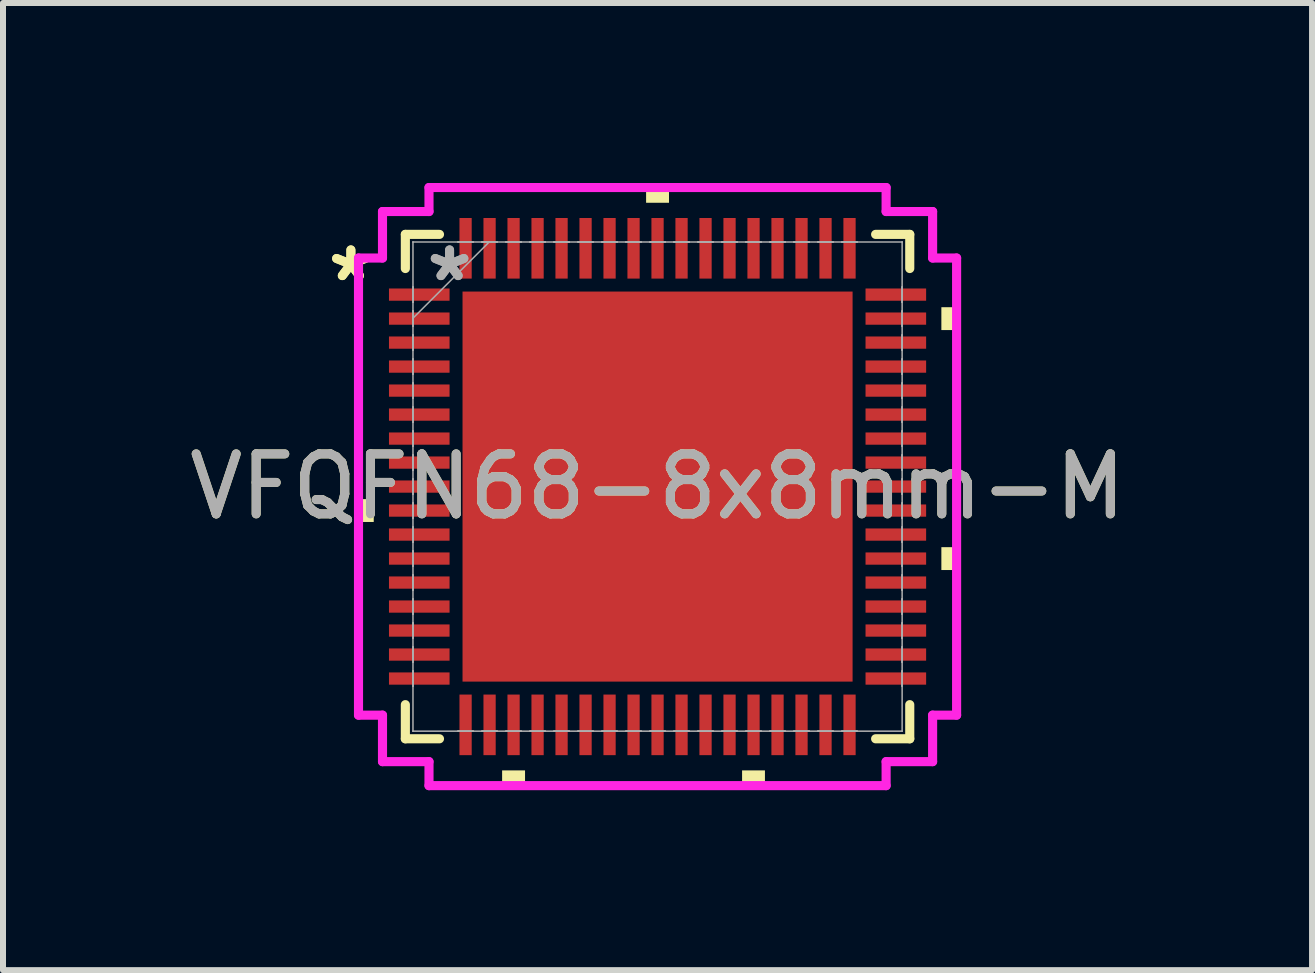
<source format=kicad_pcb>
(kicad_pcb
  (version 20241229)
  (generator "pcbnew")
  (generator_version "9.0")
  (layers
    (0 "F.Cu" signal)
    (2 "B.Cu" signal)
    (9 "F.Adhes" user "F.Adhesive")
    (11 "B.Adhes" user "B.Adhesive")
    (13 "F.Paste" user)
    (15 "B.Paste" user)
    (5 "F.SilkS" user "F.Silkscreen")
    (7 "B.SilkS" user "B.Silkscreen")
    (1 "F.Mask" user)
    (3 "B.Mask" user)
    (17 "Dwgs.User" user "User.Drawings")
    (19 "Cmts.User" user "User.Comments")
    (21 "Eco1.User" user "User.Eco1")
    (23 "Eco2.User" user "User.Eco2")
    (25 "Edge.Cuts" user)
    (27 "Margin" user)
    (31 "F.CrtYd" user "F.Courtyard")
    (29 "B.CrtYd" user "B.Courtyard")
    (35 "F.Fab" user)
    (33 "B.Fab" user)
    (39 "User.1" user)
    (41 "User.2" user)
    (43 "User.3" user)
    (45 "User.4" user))
  (footprint "VFQFN68-8x8mm-M"
    (layer "F.Cu")
    (at 7.911 5.061)
    (property "Reference" "VFQFN68-8x8mm-M" (at 0 0 0) (unlocked yes) (layer "F.SilkS") (effects (font (size 1 1) (thickness 0.15))))
    (attr smd)
    (fp_line (start -4.204 -4.204) (end -4.204 -3.635) (stroke (width 0.152) (type solid)) (layer "F.SilkS"))
    (fp_line (start -4.204 3.635) (end -4.204 4.204) (stroke (width 0.152) (type solid)) (layer "F.SilkS"))
    (fp_line (start -4.204 4.204) (end -3.635 4.204) (stroke (width 0.152) (type solid)) (layer "F.SilkS"))
    (fp_line (start -3.635 -4.204) (end -4.204 -4.204) (stroke (width 0.152) (type solid)) (layer "F.SilkS"))
    (fp_line (start 3.635 4.204) (end 4.204 4.204) (stroke (width 0.152) (type solid)) (layer "F.SilkS"))
    (fp_line (start 4.204 -4.204) (end 3.635 -4.204) (stroke (width 0.152) (type solid)) (layer "F.SilkS"))
    (fp_line (start 4.204 -3.635) (end 4.204 -4.204) (stroke (width 0.152) (type solid)) (layer "F.SilkS"))
    (fp_line (start 4.204 4.204) (end 4.204 3.635) (stroke (width 0.152) (type solid)) (layer "F.SilkS"))
    (fp_poly (pts (xy -4.985 0.209) (xy -4.985 0.59) (xy -4.731 0.59) (xy -4.731 0.209)) (stroke (width 0) (type solid)) (fill yes) (layer "F.SilkS"))
    (fp_poly (pts (xy -2.591 4.731) (xy -2.591 4.985) (xy -2.209 4.985) (xy -2.209 4.731)) (stroke (width 0) (type solid)) (fill yes) (layer "F.SilkS"))
    (fp_poly (pts (xy -0.191 -4.731) (xy -0.191 -4.985) (xy 0.191 -4.985) (xy 0.191 -4.731)) (stroke (width 0) (type solid)) (fill yes) (layer "F.SilkS"))
    (fp_poly (pts (xy 1.409 4.731) (xy 1.409 4.985) (xy 1.79 4.985) (xy 1.79 4.731)) (stroke (width 0) (type solid)) (fill yes) (layer "F.SilkS"))
    (fp_poly (pts (xy 4.985 -2.99) (xy 4.985 -2.609) (xy 4.731 -2.609) (xy 4.731 -2.99)) (stroke (width 0) (type solid)) (fill yes) (layer "F.SilkS"))
    (fp_poly (pts (xy 4.985 1.01) (xy 4.985 1.391) (xy 4.731 1.391) (xy 4.731 1.01)) (stroke (width 0) (type solid)) (fill yes) (layer "F.SilkS"))
    (fp_poly (pts (xy -3.151 -3.151) (xy -3.151 -2.051) (xy -2.051 -2.051) (xy -2.051 -3.151)) (stroke (width 0) (type solid)) (fill yes) (layer "F.Paste"))
    (fp_poly (pts (xy -3.151 -1.851) (xy -3.151 -0.75) (xy -2.051 -0.75) (xy -2.051 -1.851)) (stroke (width 0) (type solid)) (fill yes) (layer "F.Paste"))
    (fp_poly (pts (xy -3.151 -0.55) (xy -3.151 0.55) (xy -2.051 0.55) (xy -2.051 -0.55)) (stroke (width 0) (type solid)) (fill yes) (layer "F.Paste"))
    (fp_poly (pts (xy -3.151 0.75) (xy -3.151 1.851) (xy -2.051 1.851) (xy -2.051 0.75)) (stroke (width 0) (type solid)) (fill yes) (layer "F.Paste"))
    (fp_poly (pts (xy -3.151 2.051) (xy -3.151 3.151) (xy -2.051 3.151) (xy -2.051 2.051)) (stroke (width 0) (type solid)) (fill yes) (layer "F.Paste"))
    (fp_poly (pts (xy -1.851 -3.151) (xy -1.851 -2.051) (xy -0.75 -2.051) (xy -0.75 -3.151)) (stroke (width 0) (type solid)) (fill yes) (layer "F.Paste"))
    (fp_poly (pts (xy -1.851 -1.851) (xy -1.851 -0.75) (xy -0.75 -0.75) (xy -0.75 -1.851)) (stroke (width 0) (type solid)) (fill yes) (layer "F.Paste"))
    (fp_poly (pts (xy -1.851 -0.55) (xy -1.851 0.55) (xy -0.75 0.55) (xy -0.75 -0.55)) (stroke (width 0) (type solid)) (fill yes) (layer "F.Paste"))
    (fp_poly (pts (xy -1.851 0.75) (xy -1.851 1.851) (xy -0.75 1.851) (xy -0.75 0.75)) (stroke (width 0) (type solid)) (fill yes) (layer "F.Paste"))
    (fp_poly (pts (xy -1.851 2.051) (xy -1.851 3.151) (xy -0.75 3.151) (xy -0.75 2.051)) (stroke (width 0) (type solid)) (fill yes) (layer "F.Paste"))
    (fp_poly (pts (xy -0.55 -3.151) (xy -0.55 -2.051) (xy 0.55 -2.051) (xy 0.55 -3.151)) (stroke (width 0) (type solid)) (fill yes) (layer "F.Paste"))
    (fp_poly (pts (xy -0.55 -1.851) (xy -0.55 -0.75) (xy 0.55 -0.75) (xy 0.55 -1.851)) (stroke (width 0) (type solid)) (fill yes) (layer "F.Paste"))
    (fp_poly (pts (xy -0.55 -0.55) (xy -0.55 0.55) (xy 0.55 0.55) (xy 0.55 -0.55)) (stroke (width 0) (type solid)) (fill yes) (layer "F.Paste"))
    (fp_poly (pts (xy -0.55 0.75) (xy -0.55 1.851) (xy 0.55 1.851) (xy 0.55 0.75)) (stroke (width 0) (type solid)) (fill yes) (layer "F.Paste"))
    (fp_poly (pts (xy -0.55 2.051) (xy -0.55 3.151) (xy 0.55 3.151) (xy 0.55 2.051)) (stroke (width 0) (type solid)) (fill yes) (layer "F.Paste"))
    (fp_poly (pts (xy 0.75 -3.151) (xy 0.75 -2.051) (xy 1.851 -2.051) (xy 1.851 -3.151)) (stroke (width 0) (type solid)) (fill yes) (layer "F.Paste"))
    (fp_poly (pts (xy 0.75 -1.851) (xy 0.75 -0.75) (xy 1.851 -0.75) (xy 1.851 -1.851)) (stroke (width 0) (type solid)) (fill yes) (layer "F.Paste"))
    (fp_poly (pts (xy 0.75 -0.55) (xy 0.75 0.55) (xy 1.851 0.55) (xy 1.851 -0.55)) (stroke (width 0) (type solid)) (fill yes) (layer "F.Paste"))
    (fp_poly (pts (xy 0.75 0.75) (xy 0.75 1.851) (xy 1.851 1.851) (xy 1.851 0.75)) (stroke (width 0) (type solid)) (fill yes) (layer "F.Paste"))
    (fp_poly (pts (xy 0.75 2.051) (xy 0.75 3.151) (xy 1.851 3.151) (xy 1.851 2.051)) (stroke (width 0) (type solid)) (fill yes) (layer "F.Paste"))
    (fp_poly (pts (xy 2.051 -3.151) (xy 2.051 -2.051) (xy 3.151 -2.051) (xy 3.151 -3.151)) (stroke (width 0) (type solid)) (fill yes) (layer "F.Paste"))
    (fp_poly (pts (xy 2.051 -1.851) (xy 2.051 -0.75) (xy 3.151 -0.75) (xy 3.151 -1.851)) (stroke (width 0) (type solid)) (fill yes) (layer "F.Paste"))
    (fp_poly (pts (xy 2.051 -0.55) (xy 2.051 0.55) (xy 3.151 0.55) (xy 3.151 -0.55)) (stroke (width 0) (type solid)) (fill yes) (layer "F.Paste"))
    (fp_poly (pts (xy 2.051 0.75) (xy 2.051 1.851) (xy 3.151 1.851) (xy 3.151 0.75)) (stroke (width 0) (type solid)) (fill yes) (layer "F.Paste"))
    (fp_poly (pts (xy 2.051 2.051) (xy 2.051 3.151) (xy 3.151 3.151) (xy 3.151 2.051)) (stroke (width 0) (type solid)) (fill yes) (layer "F.Paste"))
    (fp_line (start -4.985 -3.81) (end -4.585 -3.81) (stroke (width 0.152) (type solid)) (layer "F.CrtYd"))
    (fp_line (start -4.985 3.81) (end -4.985 -3.81) (stroke (width 0.152) (type solid)) (layer "F.CrtYd"))
    (fp_line (start -4.585 -4.585) (end -3.81 -4.585) (stroke (width 0.152) (type solid)) (layer "F.CrtYd"))
    (fp_line (start -4.585 -3.81) (end -4.585 -4.585) (stroke (width 0.152) (type solid)) (layer "F.CrtYd"))
    (fp_line (start -4.585 3.81) (end -4.985 3.81) (stroke (width 0.152) (type solid)) (layer "F.CrtYd"))
    (fp_line (start -4.585 4.585) (end -4.585 3.81) (stroke (width 0.152) (type solid)) (layer "F.CrtYd"))
    (fp_line (start -3.81 -4.985) (end 3.81 -4.985) (stroke (width 0.152) (type solid)) (layer "F.CrtYd"))
    (fp_line (start -3.81 -4.585) (end -3.81 -4.985) (stroke (width 0.152) (type solid)) (layer "F.CrtYd"))
    (fp_line (start -3.81 4.585) (end -4.585 4.585) (stroke (width 0.152) (type solid)) (layer "F.CrtYd"))
    (fp_line (start -3.81 4.985) (end -3.81 4.585) (stroke (width 0.152) (type solid)) (layer "F.CrtYd"))
    (fp_line (start 3.81 -4.985) (end 3.81 -4.585) (stroke (width 0.152) (type solid)) (layer "F.CrtYd"))
    (fp_line (start 3.81 -4.585) (end 4.585 -4.585) (stroke (width 0.152) (type solid)) (layer "F.CrtYd"))
    (fp_line (start 3.81 4.585) (end 3.81 4.985) (stroke (width 0.152) (type solid)) (layer "F.CrtYd"))
    (fp_line (start 3.81 4.985) (end -3.81 4.985) (stroke (width 0.152) (type solid)) (layer "F.CrtYd"))
    (fp_line (start 4.585 -4.585) (end 4.585 -3.81) (stroke (width 0.152) (type solid)) (layer "F.CrtYd"))
    (fp_line (start 4.585 -3.81) (end 4.985 -3.81) (stroke (width 0.152) (type solid)) (layer "F.CrtYd"))
    (fp_line (start 4.585 3.81) (end 4.585 4.585) (stroke (width 0.152) (type solid)) (layer "F.CrtYd"))
    (fp_line (start 4.585 4.585) (end 3.81 4.585) (stroke (width 0.152) (type solid)) (layer "F.CrtYd"))
    (fp_line (start 4.985 -3.81) (end 4.985 3.81) (stroke (width 0.152) (type solid)) (layer "F.CrtYd"))
    (fp_line (start 4.985 3.81) (end 4.585 3.81) (stroke (width 0.152) (type solid)) (layer "F.CrtYd"))
    (fp_line (start -4.077 -4.077) (end -4.077 -4.077) (stroke (width 0.025) (type solid)) (layer "F.Fab"))
    (fp_line (start -4.077 -4.077) (end -4.077 4.077) (stroke (width 0.025) (type solid)) (layer "F.Fab"))
    (fp_line (start -4.077 -3.327) (end -4.077 -3.327) (stroke (width 0.025) (type solid)) (layer "F.Fab"))
    (fp_line (start -4.077 -3.327) (end -4.077 -3.073) (stroke (width 0.025) (type solid)) (layer "F.Fab"))
    (fp_line (start -4.077 -3.073) (end -4.077 -3.327) (stroke (width 0.025) (type solid)) (layer "F.Fab"))
    (fp_line (start -4.077 -3.073) (end -4.077 -3.073) (stroke (width 0.025) (type solid)) (layer "F.Fab"))
    (fp_line (start -4.077 -2.927) (end -4.077 -2.927) (stroke (width 0.025) (type solid)) (layer "F.Fab"))
    (fp_line (start -4.077 -2.927) (end -4.077 -2.673) (stroke (width 0.025) (type solid)) (layer "F.Fab"))
    (fp_line (start -4.077 -2.807) (end -2.807 -4.077) (stroke (width 0.025) (type solid)) (layer "F.Fab"))
    (fp_line (start -4.077 -2.673) (end -4.077 -2.927) (stroke (width 0.025) (type solid)) (layer "F.Fab"))
    (fp_line (start -4.077 -2.673) (end -4.077 -2.673) (stroke (width 0.025) (type solid)) (layer "F.Fab"))
    (fp_line (start -4.077 -2.527) (end -4.077 -2.527) (stroke (width 0.025) (type solid)) (layer "F.Fab"))
    (fp_line (start -4.077 -2.527) (end -4.077 -2.273) (stroke (width 0.025) (type solid)) (layer "F.Fab"))
    (fp_line (start -4.077 -2.273) (end -4.077 -2.527) (stroke (width 0.025) (type solid)) (layer "F.Fab"))
    (fp_line (start -4.077 -2.273) (end -4.077 -2.273) (stroke (width 0.025) (type solid)) (layer "F.Fab"))
    (fp_line (start -4.077 -2.127) (end -4.077 -2.127) (stroke (width 0.025) (type solid)) (layer "F.Fab"))
    (fp_line (start -4.077 -2.127) (end -4.077 -1.873) (stroke (width 0.025) (type solid)) (layer "F.Fab"))
    (fp_line (start -4.077 -1.873) (end -4.077 -2.127) (stroke (width 0.025) (type solid)) (layer "F.Fab"))
    (fp_line (start -4.077 -1.873) (end -4.077 -1.873) (stroke (width 0.025) (type solid)) (layer "F.Fab"))
    (fp_line (start -4.077 -1.727) (end -4.077 -1.727) (stroke (width 0.025) (type solid)) (layer "F.Fab"))
    (fp_line (start -4.077 -1.727) (end -4.077 -1.473) (stroke (width 0.025) (type solid)) (layer "F.Fab"))
    (fp_line (start -4.077 -1.473) (end -4.077 -1.727) (stroke (width 0.025) (type solid)) (layer "F.Fab"))
    (fp_line (start -4.077 -1.473) (end -4.077 -1.473) (stroke (width 0.025) (type solid)) (layer "F.Fab"))
    (fp_line (start -4.077 -1.327) (end -4.077 -1.327) (stroke (width 0.025) (type solid)) (layer "F.Fab"))
    (fp_line (start -4.077 -1.327) (end -4.077 -1.073) (stroke (width 0.025) (type solid)) (layer "F.Fab"))
    (fp_line (start -4.077 -1.073) (end -4.077 -1.327) (stroke (width 0.025) (type solid)) (layer "F.Fab"))
    (fp_line (start -4.077 -1.073) (end -4.077 -1.073) (stroke (width 0.025) (type solid)) (layer "F.Fab"))
    (fp_line (start -4.077 -0.927) (end -4.077 -0.927) (stroke (width 0.025) (type solid)) (layer "F.Fab"))
    (fp_line (start -4.077 -0.927) (end -4.077 -0.673) (stroke (width 0.025) (type solid)) (layer "F.Fab"))
    (fp_line (start -4.077 -0.673) (end -4.077 -0.927) (stroke (width 0.025) (type solid)) (layer "F.Fab"))
    (fp_line (start -4.077 -0.673) (end -4.077 -0.673) (stroke (width 0.025) (type solid)) (layer "F.Fab"))
    (fp_line (start -4.077 -0.527) (end -4.077 -0.527) (stroke (width 0.025) (type solid)) (layer "F.Fab"))
    (fp_line (start -4.077 -0.527) (end -4.077 -0.273) (stroke (width 0.025) (type solid)) (layer "F.Fab"))
    (fp_line (start -4.077 -0.273) (end -4.077 -0.527) (stroke (width 0.025) (type solid)) (layer "F.Fab"))
    (fp_line (start -4.077 -0.273) (end -4.077 -0.273) (stroke (width 0.025) (type solid)) (layer "F.Fab"))
    (fp_line (start -4.077 -0.127) (end -4.077 -0.127) (stroke (width 0.025) (type solid)) (layer "F.Fab"))
    (fp_line (start -4.077 -0.127) (end -4.077 0.127) (stroke (width 0.025) (type solid)) (layer "F.Fab"))
    (fp_line (start -4.077 0.127) (end -4.077 -0.127) (stroke (width 0.025) (type solid)) (layer "F.Fab"))
    (fp_line (start -4.077 0.127) (end -4.077 0.127) (stroke (width 0.025) (type solid)) (layer "F.Fab"))
    (fp_line (start -4.077 0.273) (end -4.077 0.273) (stroke (width 0.025) (type solid)) (layer "F.Fab"))
    (fp_line (start -4.077 0.273) (end -4.077 0.527) (stroke (width 0.025) (type solid)) (layer "F.Fab"))
    (fp_line (start -4.077 0.527) (end -4.077 0.273) (stroke (width 0.025) (type solid)) (layer "F.Fab"))
    (fp_line (start -4.077 0.527) (end -4.077 0.527) (stroke (width 0.025) (type solid)) (layer "F.Fab"))
    (fp_line (start -4.077 0.673) (end -4.077 0.673) (stroke (width 0.025) (type solid)) (layer "F.Fab"))
    (fp_line (start -4.077 0.673) (end -4.077 0.927) (stroke (width 0.025) (type solid)) (layer "F.Fab"))
    (fp_line (start -4.077 0.927) (end -4.077 0.673) (stroke (width 0.025) (type solid)) (layer "F.Fab"))
    (fp_line (start -4.077 0.927) (end -4.077 0.927) (stroke (width 0.025) (type solid)) (layer "F.Fab"))
    (fp_line (start -4.077 1.073) (end -4.077 1.073) (stroke (width 0.025) (type solid)) (layer "F.Fab"))
    (fp_line (start -4.077 1.073) (end -4.077 1.327) (stroke (width 0.025) (type solid)) (layer "F.Fab"))
    (fp_line (start -4.077 1.327) (end -4.077 1.073) (stroke (width 0.025) (type solid)) (layer "F.Fab"))
    (fp_line (start -4.077 1.327) (end -4.077 1.327) (stroke (width 0.025) (type solid)) (layer "F.Fab"))
    (fp_line (start -4.077 1.473) (end -4.077 1.473) (stroke (width 0.025) (type solid)) (layer "F.Fab"))
    (fp_line (start -4.077 1.473) (end -4.077 1.727) (stroke (width 0.025) (type solid)) (layer "F.Fab"))
    (fp_line (start -4.077 1.727) (end -4.077 1.473) (stroke (width 0.025) (type solid)) (layer "F.Fab"))
    (fp_line (start -4.077 1.727) (end -4.077 1.727) (stroke (width 0.025) (type solid)) (layer "F.Fab"))
    (fp_line (start -4.077 1.873) (end -4.077 1.873) (stroke (width 0.025) (type solid)) (layer "F.Fab"))
    (fp_line (start -4.077 1.873) (end -4.077 2.127) (stroke (width 0.025) (type solid)) (layer "F.Fab"))
    (fp_line (start -4.077 2.127) (end -4.077 1.873) (stroke (width 0.025) (type solid)) (layer "F.Fab"))
    (fp_line (start -4.077 2.127) (end -4.077 2.127) (stroke (width 0.025) (type solid)) (layer "F.Fab"))
    (fp_line (start -4.077 2.273) (end -4.077 2.273) (stroke (width 0.025) (type solid)) (layer "F.Fab"))
    (fp_line (start -4.077 2.273) (end -4.077 2.527) (stroke (width 0.025) (type solid)) (layer "F.Fab"))
    (fp_line (start -4.077 2.527) (end -4.077 2.273) (stroke (width 0.025) (type solid)) (layer "F.Fab"))
    (fp_line (start -4.077 2.527) (end -4.077 2.527) (stroke (width 0.025) (type solid)) (layer "F.Fab"))
    (fp_line (start -4.077 2.673) (end -4.077 2.673) (stroke (width 0.025) (type solid)) (layer "F.Fab"))
    (fp_line (start -4.077 2.673) (end -4.077 2.927) (stroke (width 0.025) (type solid)) (layer "F.Fab"))
    (fp_line (start -4.077 2.927) (end -4.077 2.673) (stroke (width 0.025) (type solid)) (layer "F.Fab"))
    (fp_line (start -4.077 2.927) (end -4.077 2.927) (stroke (width 0.025) (type solid)) (layer "F.Fab"))
    (fp_line (start -4.077 3.073) (end -4.077 3.073) (stroke (width 0.025) (type solid)) (layer "F.Fab"))
    (fp_line (start -4.077 3.073) (end -4.077 3.327) (stroke (width 0.025) (type solid)) (layer "F.Fab"))
    (fp_line (start -4.077 3.327) (end -4.077 3.073) (stroke (width 0.025) (type solid)) (layer "F.Fab"))
    (fp_line (start -4.077 3.327) (end -4.077 3.327) (stroke (width 0.025) (type solid)) (layer "F.Fab"))
    (fp_line (start -4.077 4.077) (end -4.077 4.077) (stroke (width 0.025) (type solid)) (layer "F.Fab"))
    (fp_line (start -4.077 4.077) (end 4.077 4.077) (stroke (width 0.025) (type solid)) (layer "F.Fab"))
    (fp_line (start -3.327 -4.077) (end -3.327 -4.077) (stroke (width 0.025) (type solid)) (layer "F.Fab"))
    (fp_line (start -3.327 -4.077) (end -3.073 -4.077) (stroke (width 0.025) (type solid)) (layer "F.Fab"))
    (fp_line (start -3.327 4.077) (end -3.327 4.077) (stroke (width 0.025) (type solid)) (layer "F.Fab"))
    (fp_line (start -3.327 4.077) (end -3.073 4.077) (stroke (width 0.025) (type solid)) (layer "F.Fab"))
    (fp_line (start -3.073 -4.077) (end -3.327 -4.077) (stroke (width 0.025) (type solid)) (layer "F.Fab"))
    (fp_line (start -3.073 -4.077) (end -3.073 -4.077) (stroke (width 0.025) (type solid)) (layer "F.Fab"))
    (fp_line (start -3.073 4.077) (end -3.327 4.077) (stroke (width 0.025) (type solid)) (layer "F.Fab"))
    (fp_line (start -3.073 4.077) (end -3.073 4.077) (stroke (width 0.025) (type solid)) (layer "F.Fab"))
    (fp_line (start -2.927 -4.077) (end -2.927 -4.077) (stroke (width 0.025) (type solid)) (layer "F.Fab"))
    (fp_line (start -2.927 -4.077) (end -2.673 -4.077) (stroke (width 0.025) (type solid)) (layer "F.Fab"))
    (fp_line (start -2.927 4.077) (end -2.927 4.077) (stroke (width 0.025) (type solid)) (layer "F.Fab"))
    (fp_line (start -2.927 4.077) (end -2.673 4.077) (stroke (width 0.025) (type solid)) (layer "F.Fab"))
    (fp_line (start -2.673 -4.077) (end -2.927 -4.077) (stroke (width 0.025) (type solid)) (layer "F.Fab"))
    (fp_line (start -2.673 -4.077) (end -2.673 -4.077) (stroke (width 0.025) (type solid)) (layer "F.Fab"))
    (fp_line (start -2.673 4.077) (end -2.927 4.077) (stroke (width 0.025) (type solid)) (layer "F.Fab"))
    (fp_line (start -2.673 4.077) (end -2.673 4.077) (stroke (width 0.025) (type solid)) (layer "F.Fab"))
    (fp_line (start -2.527 -4.077) (end -2.527 -4.077) (stroke (width 0.025) (type solid)) (layer "F.Fab"))
    (fp_line (start -2.527 -4.077) (end -2.273 -4.077) (stroke (width 0.025) (type solid)) (layer "F.Fab"))
    (fp_line (start -2.527 4.077) (end -2.527 4.077) (stroke (width 0.025) (type solid)) (layer "F.Fab"))
    (fp_line (start -2.527 4.077) (end -2.273 4.077) (stroke (width 0.025) (type solid)) (layer "F.Fab"))
    (fp_line (start -2.273 -4.077) (end -2.527 -4.077) (stroke (width 0.025) (type solid)) (layer "F.Fab"))
    (fp_line (start -2.273 -4.077) (end -2.273 -4.077) (stroke (width 0.025) (type solid)) (layer "F.Fab"))
    (fp_line (start -2.273 4.077) (end -2.527 4.077) (stroke (width 0.025) (type solid)) (layer "F.Fab"))
    (fp_line (start -2.273 4.077) (end -2.273 4.077) (stroke (width 0.025) (type solid)) (layer "F.Fab"))
    (fp_line (start -2.127 -4.077) (end -2.127 -4.077) (stroke (width 0.025) (type solid)) (layer "F.Fab"))
    (fp_line (start -2.127 -4.077) (end -1.873 -4.077) (stroke (width 0.025) (type solid)) (layer "F.Fab"))
    (fp_line (start -2.127 4.077) (end -2.127 4.077) (stroke (width 0.025) (type solid)) (layer "F.Fab"))
    (fp_line (start -2.127 4.077) (end -1.873 4.077) (stroke (width 0.025) (type solid)) (layer "F.Fab"))
    (fp_line (start -1.873 -4.077) (end -2.127 -4.077) (stroke (width 0.025) (type solid)) (layer "F.Fab"))
    (fp_line (start -1.873 -4.077) (end -1.873 -4.077) (stroke (width 0.025) (type solid)) (layer "F.Fab"))
    (fp_line (start -1.873 4.077) (end -2.127 4.077) (stroke (width 0.025) (type solid)) (layer "F.Fab"))
    (fp_line (start -1.873 4.077) (end -1.873 4.077) (stroke (width 0.025) (type solid)) (layer "F.Fab"))
    (fp_line (start -1.727 -4.077) (end -1.727 -4.077) (stroke (width 0.025) (type solid)) (layer "F.Fab"))
    (fp_line (start -1.727 -4.077) (end -1.473 -4.077) (stroke (width 0.025) (type solid)) (layer "F.Fab"))
    (fp_line (start -1.727 4.077) (end -1.727 4.077) (stroke (width 0.025) (type solid)) (layer "F.Fab"))
    (fp_line (start -1.727 4.077) (end -1.473 4.077) (stroke (width 0.025) (type solid)) (layer "F.Fab"))
    (fp_line (start -1.473 -4.077) (end -1.727 -4.077) (stroke (width 0.025) (type solid)) (layer "F.Fab"))
    (fp_line (start -1.473 -4.077) (end -1.473 -4.077) (stroke (width 0.025) (type solid)) (layer "F.Fab"))
    (fp_line (start -1.473 4.077) (end -1.727 4.077) (stroke (width 0.025) (type solid)) (layer "F.Fab"))
    (fp_line (start -1.473 4.077) (end -1.473 4.077) (stroke (width 0.025) (type solid)) (layer "F.Fab"))
    (fp_line (start -1.327 -4.077) (end -1.327 -4.077) (stroke (width 0.025) (type solid)) (layer "F.Fab"))
    (fp_line (start -1.327 -4.077) (end -1.073 -4.077) (stroke (width 0.025) (type solid)) (layer "F.Fab"))
    (fp_line (start -1.327 4.077) (end -1.327 4.077) (stroke (width 0.025) (type solid)) (layer "F.Fab"))
    (fp_line (start -1.327 4.077) (end -1.073 4.077) (stroke (width 0.025) (type solid)) (layer "F.Fab"))
    (fp_line (start -1.073 -4.077) (end -1.327 -4.077) (stroke (width 0.025) (type solid)) (layer "F.Fab"))
    (fp_line (start -1.073 -4.077) (end -1.073 -4.077) (stroke (width 0.025) (type solid)) (layer "F.Fab"))
    (fp_line (start -1.073 4.077) (end -1.327 4.077) (stroke (width 0.025) (type solid)) (layer "F.Fab"))
    (fp_line (start -1.073 4.077) (end -1.073 4.077) (stroke (width 0.025) (type solid)) (layer "F.Fab"))
    (fp_line (start -0.927 -4.077) (end -0.927 -4.077) (stroke (width 0.025) (type solid)) (layer "F.Fab"))
    (fp_line (start -0.927 -4.077) (end -0.673 -4.077) (stroke (width 0.025) (type solid)) (layer "F.Fab"))
    (fp_line (start -0.927 4.077) (end -0.927 4.077) (stroke (width 0.025) (type solid)) (layer "F.Fab"))
    (fp_line (start -0.927 4.077) (end -0.673 4.077) (stroke (width 0.025) (type solid)) (layer "F.Fab"))
    (fp_line (start -0.673 -4.077) (end -0.927 -4.077) (stroke (width 0.025) (type solid)) (layer "F.Fab"))
    (fp_line (start -0.673 -4.077) (end -0.673 -4.077) (stroke (width 0.025) (type solid)) (layer "F.Fab"))
    (fp_line (start -0.673 4.077) (end -0.927 4.077) (stroke (width 0.025) (type solid)) (layer "F.Fab"))
    (fp_line (start -0.673 4.077) (end -0.673 4.077) (stroke (width 0.025) (type solid)) (layer "F.Fab"))
    (fp_line (start -0.527 -4.077) (end -0.527 -4.077) (stroke (width 0.025) (type solid)) (layer "F.Fab"))
    (fp_line (start -0.527 -4.077) (end -0.273 -4.077) (stroke (width 0.025) (type solid)) (layer "F.Fab"))
    (fp_line (start -0.527 4.077) (end -0.527 4.077) (stroke (width 0.025) (type solid)) (layer "F.Fab"))
    (fp_line (start -0.527 4.077) (end -0.273 4.077) (stroke (width 0.025) (type solid)) (layer "F.Fab"))
    (fp_line (start -0.273 -4.077) (end -0.527 -4.077) (stroke (width 0.025) (type solid)) (layer "F.Fab"))
    (fp_line (start -0.273 -4.077) (end -0.273 -4.077) (stroke (width 0.025) (type solid)) (layer "F.Fab"))
    (fp_line (start -0.273 4.077) (end -0.527 4.077) (stroke (width 0.025) (type solid)) (layer "F.Fab"))
    (fp_line (start -0.273 4.077) (end -0.273 4.077) (stroke (width 0.025) (type solid)) (layer "F.Fab"))
    (fp_line (start -0.127 -4.077) (end -0.127 -4.077) (stroke (width 0.025) (type solid)) (layer "F.Fab"))
    (fp_line (start -0.127 -4.077) (end 0.127 -4.077) (stroke (width 0.025) (type solid)) (layer "F.Fab"))
    (fp_line (start -0.127 4.077) (end -0.127 4.077) (stroke (width 0.025) (type solid)) (layer "F.Fab"))
    (fp_line (start -0.127 4.077) (end 0.127 4.077) (stroke (width 0.025) (type solid)) (layer "F.Fab"))
    (fp_line (start 0.127 -4.077) (end -0.127 -4.077) (stroke (width 0.025) (type solid)) (layer "F.Fab"))
    (fp_line (start 0.127 -4.077) (end 0.127 -4.077) (stroke (width 0.025) (type solid)) (layer "F.Fab"))
    (fp_line (start 0.127 4.077) (end -0.127 4.077) (stroke (width 0.025) (type solid)) (layer "F.Fab"))
    (fp_line (start 0.127 4.077) (end 0.127 4.077) (stroke (width 0.025) (type solid)) (layer "F.Fab"))
    (fp_line (start 0.273 -4.077) (end 0.273 -4.077) (stroke (width 0.025) (type solid)) (layer "F.Fab"))
    (fp_line (start 0.273 -4.077) (end 0.527 -4.077) (stroke (width 0.025) (type solid)) (layer "F.Fab"))
    (fp_line (start 0.273 4.077) (end 0.273 4.077) (stroke (width 0.025) (type solid)) (layer "F.Fab"))
    (fp_line (start 0.273 4.077) (end 0.527 4.077) (stroke (width 0.025) (type solid)) (layer "F.Fab"))
    (fp_line (start 0.527 -4.077) (end 0.273 -4.077) (stroke (width 0.025) (type solid)) (layer "F.Fab"))
    (fp_line (start 0.527 -4.077) (end 0.527 -4.077) (stroke (width 0.025) (type solid)) (layer "F.Fab"))
    (fp_line (start 0.527 4.077) (end 0.273 4.077) (stroke (width 0.025) (type solid)) (layer "F.Fab"))
    (fp_line (start 0.527 4.077) (end 0.527 4.077) (stroke (width 0.025) (type solid)) (layer "F.Fab"))
    (fp_line (start 0.673 -4.077) (end 0.673 -4.077) (stroke (width 0.025) (type solid)) (layer "F.Fab"))
    (fp_line (start 0.673 -4.077) (end 0.927 -4.077) (stroke (width 0.025) (type solid)) (layer "F.Fab"))
    (fp_line (start 0.673 4.077) (end 0.673 4.077) (stroke (width 0.025) (type solid)) (layer "F.Fab"))
    (fp_line (start 0.673 4.077) (end 0.927 4.077) (stroke (width 0.025) (type solid)) (layer "F.Fab"))
    (fp_line (start 0.927 -4.077) (end 0.673 -4.077) (stroke (width 0.025) (type solid)) (layer "F.Fab"))
    (fp_line (start 0.927 -4.077) (end 0.927 -4.077) (stroke (width 0.025) (type solid)) (layer "F.Fab"))
    (fp_line (start 0.927 4.077) (end 0.673 4.077) (stroke (width 0.025) (type solid)) (layer "F.Fab"))
    (fp_line (start 0.927 4.077) (end 0.927 4.077) (stroke (width 0.025) (type solid)) (layer "F.Fab"))
    (fp_line (start 1.073 -4.077) (end 1.073 -4.077) (stroke (width 0.025) (type solid)) (layer "F.Fab"))
    (fp_line (start 1.073 -4.077) (end 1.327 -4.077) (stroke (width 0.025) (type solid)) (layer "F.Fab"))
    (fp_line (start 1.073 4.077) (end 1.073 4.077) (stroke (width 0.025) (type solid)) (layer "F.Fab"))
    (fp_line (start 1.073 4.077) (end 1.327 4.077) (stroke (width 0.025) (type solid)) (layer "F.Fab"))
    (fp_line (start 1.327 -4.077) (end 1.073 -4.077) (stroke (width 0.025) (type solid)) (layer "F.Fab"))
    (fp_line (start 1.327 -4.077) (end 1.327 -4.077) (stroke (width 0.025) (type solid)) (layer "F.Fab"))
    (fp_line (start 1.327 4.077) (end 1.073 4.077) (stroke (width 0.025) (type solid)) (layer "F.Fab"))
    (fp_line (start 1.327 4.077) (end 1.327 4.077) (stroke (width 0.025) (type solid)) (layer "F.Fab"))
    (fp_line (start 1.473 -4.077) (end 1.473 -4.077) (stroke (width 0.025) (type solid)) (layer "F.Fab"))
    (fp_line (start 1.473 -4.077) (end 1.727 -4.077) (stroke (width 0.025) (type solid)) (layer "F.Fab"))
    (fp_line (start 1.473 4.077) (end 1.473 4.077) (stroke (width 0.025) (type solid)) (layer "F.Fab"))
    (fp_line (start 1.473 4.077) (end 1.727 4.077) (stroke (width 0.025) (type solid)) (layer "F.Fab"))
    (fp_line (start 1.727 -4.077) (end 1.473 -4.077) (stroke (width 0.025) (type solid)) (layer "F.Fab"))
    (fp_line (start 1.727 -4.077) (end 1.727 -4.077) (stroke (width 0.025) (type solid)) (layer "F.Fab"))
    (fp_line (start 1.727 4.077) (end 1.473 4.077) (stroke (width 0.025) (type solid)) (layer "F.Fab"))
    (fp_line (start 1.727 4.077) (end 1.727 4.077) (stroke (width 0.025) (type solid)) (layer "F.Fab"))
    (fp_line (start 1.873 -4.077) (end 1.873 -4.077) (stroke (width 0.025) (type solid)) (layer "F.Fab"))
    (fp_line (start 1.873 -4.077) (end 2.127 -4.077) (stroke (width 0.025) (type solid)) (layer "F.Fab"))
    (fp_line (start 1.873 4.077) (end 1.873 4.077) (stroke (width 0.025) (type solid)) (layer "F.Fab"))
    (fp_line (start 1.873 4.077) (end 2.127 4.077) (stroke (width 0.025) (type solid)) (layer "F.Fab"))
    (fp_line (start 2.127 -4.077) (end 1.873 -4.077) (stroke (width 0.025) (type solid)) (layer "F.Fab"))
    (fp_line (start 2.127 -4.077) (end 2.127 -4.077) (stroke (width 0.025) (type solid)) (layer "F.Fab"))
    (fp_line (start 2.127 4.077) (end 1.873 4.077) (stroke (width 0.025) (type solid)) (layer "F.Fab"))
    (fp_line (start 2.127 4.077) (end 2.127 4.077) (stroke (width 0.025) (type solid)) (layer "F.Fab"))
    (fp_line (start 2.273 -4.077) (end 2.273 -4.077) (stroke (width 0.025) (type solid)) (layer "F.Fab"))
    (fp_line (start 2.273 -4.077) (end 2.527 -4.077) (stroke (width 0.025) (type solid)) (layer "F.Fab"))
    (fp_line (start 2.273 4.077) (end 2.273 4.077) (stroke (width 0.025) (type solid)) (layer "F.Fab"))
    (fp_line (start 2.273 4.077) (end 2.527 4.077) (stroke (width 0.025) (type solid)) (layer "F.Fab"))
    (fp_line (start 2.527 -4.077) (end 2.273 -4.077) (stroke (width 0.025) (type solid)) (layer "F.Fab"))
    (fp_line (start 2.527 -4.077) (end 2.527 -4.077) (stroke (width 0.025) (type solid)) (layer "F.Fab"))
    (fp_line (start 2.527 4.077) (end 2.273 4.077) (stroke (width 0.025) (type solid)) (layer "F.Fab"))
    (fp_line (start 2.527 4.077) (end 2.527 4.077) (stroke (width 0.025) (type solid)) (layer "F.Fab"))
    (fp_line (start 2.673 -4.077) (end 2.673 -4.077) (stroke (width 0.025) (type solid)) (layer "F.Fab"))
    (fp_line (start 2.673 -4.077) (end 2.927 -4.077) (stroke (width 0.025) (type solid)) (layer "F.Fab"))
    (fp_line (start 2.673 4.077) (end 2.673 4.077) (stroke (width 0.025) (type solid)) (layer "F.Fab"))
    (fp_line (start 2.673 4.077) (end 2.927 4.077) (stroke (width 0.025) (type solid)) (layer "F.Fab"))
    (fp_line (start 2.927 -4.077) (end 2.673 -4.077) (stroke (width 0.025) (type solid)) (layer "F.Fab"))
    (fp_line (start 2.927 -4.077) (end 2.927 -4.077) (stroke (width 0.025) (type solid)) (layer "F.Fab"))
    (fp_line (start 2.927 4.077) (end 2.673 4.077) (stroke (width 0.025) (type solid)) (layer "F.Fab"))
    (fp_line (start 2.927 4.077) (end 2.927 4.077) (stroke (width 0.025) (type solid)) (layer "F.Fab"))
    (fp_line (start 3.073 -4.077) (end 3.073 -4.077) (stroke (width 0.025) (type solid)) (layer "F.Fab"))
    (fp_line (start 3.073 -4.077) (end 3.327 -4.077) (stroke (width 0.025) (type solid)) (layer "F.Fab"))
    (fp_line (start 3.073 4.077) (end 3.073 4.077) (stroke (width 0.025) (type solid)) (layer "F.Fab"))
    (fp_line (start 3.073 4.077) (end 3.327 4.077) (stroke (width 0.025) (type solid)) (layer "F.Fab"))
    (fp_line (start 3.327 -4.077) (end 3.073 -4.077) (stroke (width 0.025) (type solid)) (layer "F.Fab"))
    (fp_line (start 3.327 -4.077) (end 3.327 -4.077) (stroke (width 0.025) (type solid)) (layer "F.Fab"))
    (fp_line (start 3.327 4.077) (end 3.073 4.077) (stroke (width 0.025) (type solid)) (layer "F.Fab"))
    (fp_line (start 3.327 4.077) (end 3.327 4.077) (stroke (width 0.025) (type solid)) (layer "F.Fab"))
    (fp_line (start 4.077 -4.077) (end -4.077 -4.077) (stroke (width 0.025) (type solid)) (layer "F.Fab"))
    (fp_line (start 4.077 -4.077) (end 4.077 -4.077) (stroke (width 0.025) (type solid)) (layer "F.Fab"))
    (fp_line (start 4.077 -3.327) (end 4.077 -3.327) (stroke (width 0.025) (type solid)) (layer "F.Fab"))
    (fp_line (start 4.077 -3.327) (end 4.077 -3.073) (stroke (width 0.025) (type solid)) (layer "F.Fab"))
    (fp_line (start 4.077 -3.073) (end 4.077 -3.327) (stroke (width 0.025) (type solid)) (layer "F.Fab"))
    (fp_line (start 4.077 -3.073) (end 4.077 -3.073) (stroke (width 0.025) (type solid)) (layer "F.Fab"))
    (fp_line (start 4.077 -2.927) (end 4.077 -2.927) (stroke (width 0.025) (type solid)) (layer "F.Fab"))
    (fp_line (start 4.077 -2.927) (end 4.077 -2.673) (stroke (width 0.025) (type solid)) (layer "F.Fab"))
    (fp_line (start 4.077 -2.673) (end 4.077 -2.927) (stroke (width 0.025) (type solid)) (layer "F.Fab"))
    (fp_line (start 4.077 -2.673) (end 4.077 -2.673) (stroke (width 0.025) (type solid)) (layer "F.Fab"))
    (fp_line (start 4.077 -2.527) (end 4.077 -2.527) (stroke (width 0.025) (type solid)) (layer "F.Fab"))
    (fp_line (start 4.077 -2.527) (end 4.077 -2.273) (stroke (width 0.025) (type solid)) (layer "F.Fab"))
    (fp_line (start 4.077 -2.273) (end 4.077 -2.527) (stroke (width 0.025) (type solid)) (layer "F.Fab"))
    (fp_line (start 4.077 -2.273) (end 4.077 -2.273) (stroke (width 0.025) (type solid)) (layer "F.Fab"))
    (fp_line (start 4.077 -2.127) (end 4.077 -2.127) (stroke (width 0.025) (type solid)) (layer "F.Fab"))
    (fp_line (start 4.077 -2.127) (end 4.077 -1.873) (stroke (width 0.025) (type solid)) (layer "F.Fab"))
    (fp_line (start 4.077 -1.873) (end 4.077 -2.127) (stroke (width 0.025) (type solid)) (layer "F.Fab"))
    (fp_line (start 4.077 -1.873) (end 4.077 -1.873) (stroke (width 0.025) (type solid)) (layer "F.Fab"))
    (fp_line (start 4.077 -1.727) (end 4.077 -1.727) (stroke (width 0.025) (type solid)) (layer "F.Fab"))
    (fp_line (start 4.077 -1.727) (end 4.077 -1.473) (stroke (width 0.025) (type solid)) (layer "F.Fab"))
    (fp_line (start 4.077 -1.473) (end 4.077 -1.727) (stroke (width 0.025) (type solid)) (layer "F.Fab"))
    (fp_line (start 4.077 -1.473) (end 4.077 -1.473) (stroke (width 0.025) (type solid)) (layer "F.Fab"))
    (fp_line (start 4.077 -1.327) (end 4.077 -1.327) (stroke (width 0.025) (type solid)) (layer "F.Fab"))
    (fp_line (start 4.077 -1.327) (end 4.077 -1.073) (stroke (width 0.025) (type solid)) (layer "F.Fab"))
    (fp_line (start 4.077 -1.073) (end 4.077 -1.327) (stroke (width 0.025) (type solid)) (layer "F.Fab"))
    (fp_line (start 4.077 -1.073) (end 4.077 -1.073) (stroke (width 0.025) (type solid)) (layer "F.Fab"))
    (fp_line (start 4.077 -0.927) (end 4.077 -0.927) (stroke (width 0.025) (type solid)) (layer "F.Fab"))
    (fp_line (start 4.077 -0.927) (end 4.077 -0.673) (stroke (width 0.025) (type solid)) (layer "F.Fab"))
    (fp_line (start 4.077 -0.673) (end 4.077 -0.927) (stroke (width 0.025) (type solid)) (layer "F.Fab"))
    (fp_line (start 4.077 -0.673) (end 4.077 -0.673) (stroke (width 0.025) (type solid)) (layer "F.Fab"))
    (fp_line (start 4.077 -0.527) (end 4.077 -0.527) (stroke (width 0.025) (type solid)) (layer "F.Fab"))
    (fp_line (start 4.077 -0.527) (end 4.077 -0.273) (stroke (width 0.025) (type solid)) (layer "F.Fab"))
    (fp_line (start 4.077 -0.273) (end 4.077 -0.527) (stroke (width 0.025) (type solid)) (layer "F.Fab"))
    (fp_line (start 4.077 -0.273) (end 4.077 -0.273) (stroke (width 0.025) (type solid)) (layer "F.Fab"))
    (fp_line (start 4.077 -0.127) (end 4.077 -0.127) (stroke (width 0.025) (type solid)) (layer "F.Fab"))
    (fp_line (start 4.077 -0.127) (end 4.077 0.127) (stroke (width 0.025) (type solid)) (layer "F.Fab"))
    (fp_line (start 4.077 0.127) (end 4.077 -0.127) (stroke (width 0.025) (type solid)) (layer "F.Fab"))
    (fp_line (start 4.077 0.127) (end 4.077 0.127) (stroke (width 0.025) (type solid)) (layer "F.Fab"))
    (fp_line (start 4.077 0.273) (end 4.077 0.273) (stroke (width 0.025) (type solid)) (layer "F.Fab"))
    (fp_line (start 4.077 0.273) (end 4.077 0.527) (stroke (width 0.025) (type solid)) (layer "F.Fab"))
    (fp_line (start 4.077 0.527) (end 4.077 0.273) (stroke (width 0.025) (type solid)) (layer "F.Fab"))
    (fp_line (start 4.077 0.527) (end 4.077 0.527) (stroke (width 0.025) (type solid)) (layer "F.Fab"))
    (fp_line (start 4.077 0.673) (end 4.077 0.673) (stroke (width 0.025) (type solid)) (layer "F.Fab"))
    (fp_line (start 4.077 0.673) (end 4.077 0.927) (stroke (width 0.025) (type solid)) (layer "F.Fab"))
    (fp_line (start 4.077 0.927) (end 4.077 0.673) (stroke (width 0.025) (type solid)) (layer "F.Fab"))
    (fp_line (start 4.077 0.927) (end 4.077 0.927) (stroke (width 0.025) (type solid)) (layer "F.Fab"))
    (fp_line (start 4.077 1.073) (end 4.077 1.073) (stroke (width 0.025) (type solid)) (layer "F.Fab"))
    (fp_line (start 4.077 1.073) (end 4.077 1.327) (stroke (width 0.025) (type solid)) (layer "F.Fab"))
    (fp_line (start 4.077 1.327) (end 4.077 1.073) (stroke (width 0.025) (type solid)) (layer "F.Fab"))
    (fp_line (start 4.077 1.327) (end 4.077 1.327) (stroke (width 0.025) (type solid)) (layer "F.Fab"))
    (fp_line (start 4.077 1.473) (end 4.077 1.473) (stroke (width 0.025) (type solid)) (layer "F.Fab"))
    (fp_line (start 4.077 1.473) (end 4.077 1.727) (stroke (width 0.025) (type solid)) (layer "F.Fab"))
    (fp_line (start 4.077 1.727) (end 4.077 1.473) (stroke (width 0.025) (type solid)) (layer "F.Fab"))
    (fp_line (start 4.077 1.727) (end 4.077 1.727) (stroke (width 0.025) (type solid)) (layer "F.Fab"))
    (fp_line (start 4.077 1.873) (end 4.077 1.873) (stroke (width 0.025) (type solid)) (layer "F.Fab"))
    (fp_line (start 4.077 1.873) (end 4.077 2.127) (stroke (width 0.025) (type solid)) (layer "F.Fab"))
    (fp_line (start 4.077 2.127) (end 4.077 1.873) (stroke (width 0.025) (type solid)) (layer "F.Fab"))
    (fp_line (start 4.077 2.127) (end 4.077 2.127) (stroke (width 0.025) (type solid)) (layer "F.Fab"))
    (fp_line (start 4.077 2.273) (end 4.077 2.273) (stroke (width 0.025) (type solid)) (layer "F.Fab"))
    (fp_line (start 4.077 2.273) (end 4.077 2.527) (stroke (width 0.025) (type solid)) (layer "F.Fab"))
    (fp_line (start 4.077 2.527) (end 4.077 2.273) (stroke (width 0.025) (type solid)) (layer "F.Fab"))
    (fp_line (start 4.077 2.527) (end 4.077 2.527) (stroke (width 0.025) (type solid)) (layer "F.Fab"))
    (fp_line (start 4.077 2.673) (end 4.077 2.673) (stroke (width 0.025) (type solid)) (layer "F.Fab"))
    (fp_line (start 4.077 2.673) (end 4.077 2.927) (stroke (width 0.025) (type solid)) (layer "F.Fab"))
    (fp_line (start 4.077 2.927) (end 4.077 2.673) (stroke (width 0.025) (type solid)) (layer "F.Fab"))
    (fp_line (start 4.077 2.927) (end 4.077 2.927) (stroke (width 0.025) (type solid)) (layer "F.Fab"))
    (fp_line (start 4.077 3.073) (end 4.077 3.073) (stroke (width 0.025) (type solid)) (layer "F.Fab"))
    (fp_line (start 4.077 3.073) (end 4.077 3.327) (stroke (width 0.025) (type solid)) (layer "F.Fab"))
    (fp_line (start 4.077 3.327) (end 4.077 3.073) (stroke (width 0.025) (type solid)) (layer "F.Fab"))
    (fp_line (start 4.077 3.327) (end 4.077 3.327) (stroke (width 0.025) (type solid)) (layer "F.Fab"))
    (fp_line (start 4.077 4.077) (end 4.077 -4.077) (stroke (width 0.025) (type solid)) (layer "F.Fab"))
    (fp_line (start 4.077 4.077) (end 4.077 4.077) (stroke (width 0.025) (type solid)) (layer "F.Fab"))
    (fp_text user "*" (at -5.112 -3.4 0) (unlocked yes) (layer "F.SilkS") (effects (font (size 1 1) (thickness 0.15))))
    (fp_text user "*" (at -5.112 -3.4 0) (layer "F.SilkS") (effects (font (size 1 1) (thickness 0.15))))
    (fp_text user "*" (at -3.467 -3.4 0) (layer "F.Fab") (effects (font (size 1 1) (thickness 0.15))))
    (fp_text user "${REFERENCE}" (at 0 0 0) (unlocked yes) (layer "F.Fab") (effects (font (size 1 1) (thickness 0.15))))
    (fp_text user "*" (at -3.467 -3.4 0) (unlocked yes) (layer "F.Fab") (effects (font (size 1 1) (thickness 0.15))))
    (pad "1" smd rect (at -3.972 -3.2 90) (size 0.204 1.01) (layers "F.Cu" "F.Mask" "F.Paste"))
    (pad "2" smd rect (at -3.972 -2.8 90) (size 0.204 1.01) (layers "F.Cu" "F.Mask" "F.Paste"))
    (pad "3" smd rect (at -3.972 -2.4 90) (size 0.204 1.01) (layers "F.Cu" "F.Mask" "F.Paste"))
    (pad "4" smd rect (at -3.972 -2 90) (size 0.204 1.01) (layers "F.Cu" "F.Mask" "F.Paste"))
    (pad "5" smd rect (at -3.972 -1.6 90) (size 0.204 1.01) (layers "F.Cu" "F.Mask" "F.Paste"))
    (pad "6" smd rect (at -3.972 -1.2 90) (size 0.204 1.01) (layers "F.Cu" "F.Mask" "F.Paste"))
    (pad "7" smd rect (at -3.972 -0.8 90) (size 0.204 1.01) (layers "F.Cu" "F.Mask" "F.Paste"))
    (pad "8" smd rect (at -3.972 -0.4 90) (size 0.204 1.01) (layers "F.Cu" "F.Mask" "F.Paste"))
    (pad "9" smd rect (at -3.972 0 90) (size 0.204 1.01) (layers "F.Cu" "F.Mask" "F.Paste"))
    (pad "10" smd rect (at -3.972 0.4 90) (size 0.204 1.01) (layers "F.Cu" "F.Mask" "F.Paste"))
    (pad "11" smd rect (at -3.972 0.8 90) (size 0.204 1.01) (layers "F.Cu" "F.Mask" "F.Paste"))
    (pad "12" smd rect (at -3.972 1.2 90) (size 0.204 1.01) (layers "F.Cu" "F.Mask" "F.Paste"))
    (pad "13" smd rect (at -3.972 1.6 90) (size 0.204 1.01) (layers "F.Cu" "F.Mask" "F.Paste"))
    (pad "14" smd rect (at -3.972 2 90) (size 0.204 1.01) (layers "F.Cu" "F.Mask" "F.Paste"))
    (pad "15" smd rect (at -3.972 2.4 90) (size 0.204 1.01) (layers "F.Cu" "F.Mask" "F.Paste"))
    (pad "16" smd rect (at -3.972 2.8 90) (size 0.204 1.01) (layers "F.Cu" "F.Mask" "F.Paste"))
    (pad "17" smd rect (at -3.972 3.2 90) (size 0.204 1.01) (layers "F.Cu" "F.Mask" "F.Paste"))
    (pad "18" smd rect (at -3.2 3.972) (size 0.204 1.01) (layers "F.Cu" "F.Mask" "F.Paste"))
    (pad "19" smd rect (at -2.8 3.972) (size 0.204 1.01) (layers "F.Cu" "F.Mask" "F.Paste"))
    (pad "20" smd rect (at -2.4 3.972) (size 0.204 1.01) (layers "F.Cu" "F.Mask" "F.Paste"))
    (pad "21" smd rect (at -2 3.972) (size 0.204 1.01) (layers "F.Cu" "F.Mask" "F.Paste"))
    (pad "22" smd rect (at -1.6 3.972) (size 0.204 1.01) (layers "F.Cu" "F.Mask" "F.Paste"))
    (pad "23" smd rect (at -1.2 3.972) (size 0.204 1.01) (layers "F.Cu" "F.Mask" "F.Paste"))
    (pad "24" smd rect (at -0.8 3.972) (size 0.204 1.01) (layers "F.Cu" "F.Mask" "F.Paste"))
    (pad "25" smd rect (at -0.4 3.972) (size 0.204 1.01) (layers "F.Cu" "F.Mask" "F.Paste"))
    (pad "26" smd rect (at 0 3.972) (size 0.204 1.01) (layers "F.Cu" "F.Mask" "F.Paste"))
    (pad "27" smd rect (at 0.4 3.972) (size 0.204 1.01) (layers "F.Cu" "F.Mask" "F.Paste"))
    (pad "28" smd rect (at 0.8 3.972) (size 0.204 1.01) (layers "F.Cu" "F.Mask" "F.Paste"))
    (pad "29" smd rect (at 1.2 3.972) (size 0.204 1.01) (layers "F.Cu" "F.Mask" "F.Paste"))
    (pad "30" smd rect (at 1.6 3.972) (size 0.204 1.01) (layers "F.Cu" "F.Mask" "F.Paste"))
    (pad "31" smd rect (at 2 3.972) (size 0.204 1.01) (layers "F.Cu" "F.Mask" "F.Paste"))
    (pad "32" smd rect (at 2.4 3.972) (size 0.204 1.01) (layers "F.Cu" "F.Mask" "F.Paste"))
    (pad "33" smd rect (at 2.8 3.972) (size 0.204 1.01) (layers "F.Cu" "F.Mask" "F.Paste"))
    (pad "34" smd rect (at 3.2 3.972) (size 0.204 1.01) (layers "F.Cu" "F.Mask" "F.Paste"))
    (pad "35" smd rect (at 3.972 3.2 90) (size 0.204 1.01) (layers "F.Cu" "F.Mask" "F.Paste"))
    (pad "36" smd rect (at 3.972 2.8 90) (size 0.204 1.01) (layers "F.Cu" "F.Mask" "F.Paste"))
    (pad "37" smd rect (at 3.972 2.4 90) (size 0.204 1.01) (layers "F.Cu" "F.Mask" "F.Paste"))
    (pad "38" smd rect (at 3.972 2 90) (size 0.204 1.01) (layers "F.Cu" "F.Mask" "F.Paste"))
    (pad "39" smd rect (at 3.972 1.6 90) (size 0.204 1.01) (layers "F.Cu" "F.Mask" "F.Paste"))
    (pad "40" smd rect (at 3.972 1.2 90) (size 0.204 1.01) (layers "F.Cu" "F.Mask" "F.Paste"))
    (pad "41" smd rect (at 3.972 0.8 90) (size 0.204 1.01) (layers "F.Cu" "F.Mask" "F.Paste"))
    (pad "42" smd rect (at 3.972 0.4 90) (size 0.204 1.01) (layers "F.Cu" "F.Mask" "F.Paste"))
    (pad "43" smd rect (at 3.972 0 90) (size 0.204 1.01) (layers "F.Cu" "F.Mask" "F.Paste"))
    (pad "44" smd rect (at 3.972 -0.4 90) (size 0.204 1.01) (layers "F.Cu" "F.Mask" "F.Paste"))
    (pad "45" smd rect (at 3.972 -0.8 90) (size 0.204 1.01) (layers "F.Cu" "F.Mask" "F.Paste"))
    (pad "46" smd rect (at 3.972 -1.2 90) (size 0.204 1.01) (layers "F.Cu" "F.Mask" "F.Paste"))
    (pad "47" smd rect (at 3.972 -1.6 90) (size 0.204 1.01) (layers "F.Cu" "F.Mask" "F.Paste"))
    (pad "48" smd rect (at 3.972 -2 90) (size 0.204 1.01) (layers "F.Cu" "F.Mask" "F.Paste"))
    (pad "49" smd rect (at 3.972 -2.4 90) (size 0.204 1.01) (layers "F.Cu" "F.Mask" "F.Paste"))
    (pad "50" smd rect (at 3.972 -2.8 90) (size 0.204 1.01) (layers "F.Cu" "F.Mask" "F.Paste"))
    (pad "51" smd rect (at 3.972 -3.2 90) (size 0.204 1.01) (layers "F.Cu" "F.Mask" "F.Paste"))
    (pad "52" smd rect (at 3.2 -3.972) (size 0.204 1.01) (layers "F.Cu" "F.Mask" "F.Paste"))
    (pad "53" smd rect (at 2.8 -3.972) (size 0.204 1.01) (layers "F.Cu" "F.Mask" "F.Paste"))
    (pad "54" smd rect (at 2.4 -3.972) (size 0.204 1.01) (layers "F.Cu" "F.Mask" "F.Paste"))
    (pad "55" smd rect (at 2 -3.972) (size 0.204 1.01) (layers "F.Cu" "F.Mask" "F.Paste"))
    (pad "56" smd rect (at 1.6 -3.972) (size 0.204 1.01) (layers "F.Cu" "F.Mask" "F.Paste"))
    (pad "57" smd rect (at 1.2 -3.972) (size 0.204 1.01) (layers "F.Cu" "F.Mask" "F.Paste"))
    (pad "58" smd rect (at 0.8 -3.972) (size 0.204 1.01) (layers "F.Cu" "F.Mask" "F.Paste"))
    (pad "59" smd rect (at 0.4 -3.972) (size 0.204 1.01) (layers "F.Cu" "F.Mask" "F.Paste"))
    (pad "60" smd rect (at 0 -3.972) (size 0.204 1.01) (layers "F.Cu" "F.Mask" "F.Paste"))
    (pad "61" smd rect (at -0.4 -3.972) (size 0.204 1.01) (layers "F.Cu" "F.Mask" "F.Paste"))
    (pad "62" smd rect (at -0.8 -3.972) (size 0.204 1.01) (layers "F.Cu" "F.Mask" "F.Paste"))
    (pad "63" smd rect (at -1.2 -3.972) (size 0.204 1.01) (layers "F.Cu" "F.Mask" "F.Paste"))
    (pad "64" smd rect (at -1.6 -3.972) (size 0.204 1.01) (layers "F.Cu" "F.Mask" "F.Paste"))
    (pad "65" smd rect (at -2 -3.972) (size 0.204 1.01) (layers "F.Cu" "F.Mask" "F.Paste"))
    (pad "66" smd rect (at -2.4 -3.972) (size 0.204 1.01) (layers "F.Cu" "F.Mask" "F.Paste"))
    (pad "67" smd rect (at -2.8 -3.972) (size 0.204 1.01) (layers "F.Cu" "F.Mask" "F.Paste"))
    (pad "68" smd rect (at -3.2 -3.972) (size 0.204 1.01) (layers "F.Cu" "F.Mask" "F.Paste"))
    (pad "69" smd rect (at 0 0) (size 6.502 6.502) (layers "F.Cu" "F.Mask")))
  (gr_rect
    (start -3 -3)
    (end 18.821 13.122)
    (stroke (width 0.1) (type default))
    (fill no)
    (layer "Edge.Cuts")))
</source>
